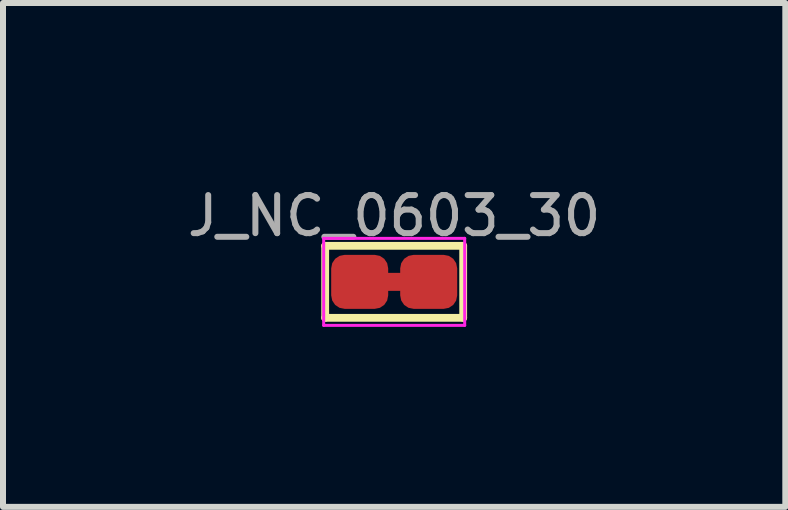
<source format=kicad_pcb>
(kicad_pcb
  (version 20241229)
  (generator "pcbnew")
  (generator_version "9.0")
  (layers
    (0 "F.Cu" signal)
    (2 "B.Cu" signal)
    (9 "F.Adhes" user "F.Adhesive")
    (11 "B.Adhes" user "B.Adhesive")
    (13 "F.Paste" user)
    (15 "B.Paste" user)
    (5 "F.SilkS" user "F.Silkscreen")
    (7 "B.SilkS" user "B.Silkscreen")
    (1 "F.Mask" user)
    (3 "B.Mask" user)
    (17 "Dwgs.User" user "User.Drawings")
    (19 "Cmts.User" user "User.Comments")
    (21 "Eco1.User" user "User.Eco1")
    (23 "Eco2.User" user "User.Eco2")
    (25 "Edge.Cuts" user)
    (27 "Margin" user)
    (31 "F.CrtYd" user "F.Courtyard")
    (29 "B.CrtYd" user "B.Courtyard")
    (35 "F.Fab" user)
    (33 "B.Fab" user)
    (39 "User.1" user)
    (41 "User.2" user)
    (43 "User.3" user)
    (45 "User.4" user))
  (footprint "J_NC_0603_30"
    (layer "F.Cu")
    (at 3.519 1.647)
    (property "Reference" "J_NC_0603_30" (at 0 -1.1 0) (layer "F.Fab") (effects (font (size 0.635 0.635) (thickness 0.1))))
    (attr exclude_from_pos_files exclude_from_bom)
    (fp_line (start -0.1 0) (end 0.1 0) (stroke (width 0.3) (type solid)) (layer "F.Cu"))
    (fp_poly (pts (xy -0.05 -0.25) (xy 0.05 -0.25) (xy 0.05 0.25) (xy -0.05 0.25)) (stroke (width 0.15) (type solid)) (fill yes) (layer "F.Mask"))
    (fp_line (start -1.15 -0.6) (end -1.15 0.6) (stroke (width 0.13) (type solid)) (layer "F.SilkS"))
    (fp_line (start -1.15 -0.6) (end 1.15 -0.6) (stroke (width 0.13) (type solid)) (layer "F.SilkS"))
    (fp_line (start 1.15 -0.6) (end 1.15 0.6) (stroke (width 0.13) (type solid)) (layer "F.SilkS"))
    (fp_line (start 1.15 0.6) (end -1.15 0.6) (stroke (width 0.13) (type solid)) (layer "F.SilkS"))
    (fp_line (start -1.175 -0.725) (end -1.175 0.725) (stroke (width 0.05) (type solid)) (layer "F.CrtYd"))
    (fp_line (start -1.175 -0.725) (end 1.175 -0.725) (stroke (width 0.05) (type solid)) (layer "F.CrtYd"))
    (fp_line (start -1.175 0.725) (end 1.175 0.725) (stroke (width 0.05) (type solid)) (layer "F.CrtYd"))
    (fp_line (start 1.175 -0.725) (end 1.175 0.725) (stroke (width 0.05) (type solid)) (layer "F.CrtYd"))
    (pad "1" smd roundrect (at -0.575 0) (size 0.95 0.9) (layers "F.Cu" "F.Mask") (roundrect_rratio 0.25))
    (pad "2" smd roundrect (at 0.575 0) (size 0.95 0.9) (layers "F.Cu" "F.Mask") (roundrect_rratio 0.25)))
  (gr_rect
    (start -3 -3)
    (end 10.037 5.397)
    (stroke (width 0.1) (type default))
    (fill no)
    (layer "Edge.Cuts")))
</source>
